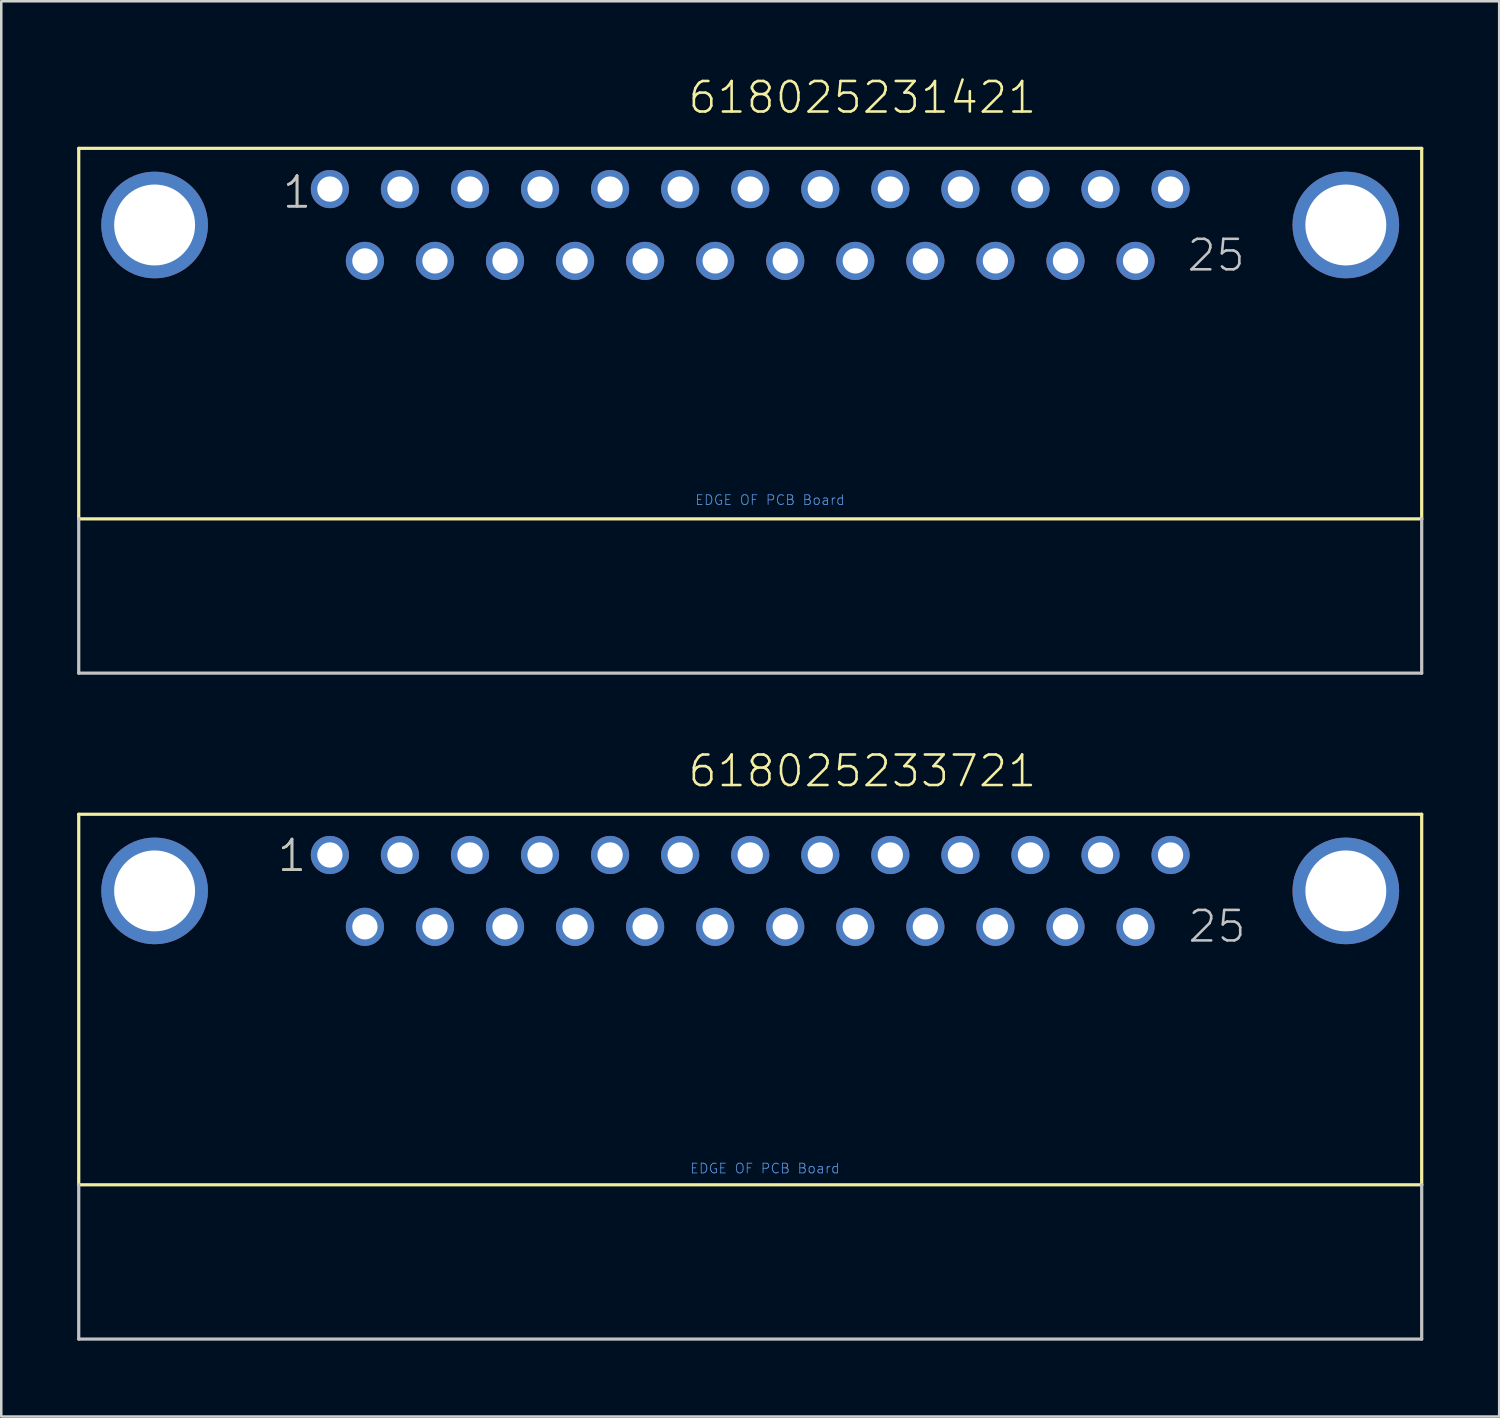
<source format=kicad_pcb>
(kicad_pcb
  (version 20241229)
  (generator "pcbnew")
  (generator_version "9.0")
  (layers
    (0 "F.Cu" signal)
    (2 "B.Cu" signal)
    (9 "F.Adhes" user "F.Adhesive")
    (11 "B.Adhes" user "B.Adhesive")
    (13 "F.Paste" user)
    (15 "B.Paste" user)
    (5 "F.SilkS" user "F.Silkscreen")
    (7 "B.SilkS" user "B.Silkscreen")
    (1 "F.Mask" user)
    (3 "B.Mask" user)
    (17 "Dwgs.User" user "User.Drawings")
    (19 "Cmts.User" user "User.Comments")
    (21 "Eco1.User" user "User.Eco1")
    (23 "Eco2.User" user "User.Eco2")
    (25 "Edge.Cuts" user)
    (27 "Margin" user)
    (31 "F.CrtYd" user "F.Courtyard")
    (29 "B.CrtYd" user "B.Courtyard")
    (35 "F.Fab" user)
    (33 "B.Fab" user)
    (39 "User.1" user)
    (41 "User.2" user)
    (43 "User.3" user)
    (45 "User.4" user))
  (footprint "618025233721"
    (layer "F.Cu")
    (at 26.613 32.176)
    (property "Reference" "618025233721" (at -2.525 -4.035 0) (layer "F.SilkS") (effects (font (size 1.206 1.206) (thickness 0.102)) (justify left bottom)))
    (attr through_hole)
    (fp_line (start -26.55 -3.03) (end 26.55 -3.03) (stroke (width 0.127) (type solid)) (layer "F.SilkS"))
    (fp_line (start -26.55 11.62) (end -26.55 -3.03) (stroke (width 0.127) (type solid)) (layer "F.SilkS"))
    (fp_line (start 26.55 -3.03) (end 26.55 11.62) (stroke (width 0.127) (type solid)) (layer "F.SilkS"))
    (fp_line (start 26.55 11.62) (end -26.55 11.62) (stroke (width 0.127) (type solid)) (layer "F.SilkS"))
    (fp_line (start -26.55 17.72) (end -26.55 11.62) (stroke (width 0.127) (type solid)) (layer "Dwgs.User"))
    (fp_line (start 26.55 11.62) (end 26.55 17.72) (stroke (width 0.127) (type solid)) (layer "Dwgs.User"))
    (fp_line (start 26.55 17.72) (end -26.55 17.72) (stroke (width 0.127) (type solid)) (layer "Dwgs.User"))
    (fp_text user "1" (at -18.76 -0.69 0) (layer "F.SilkS") (effects (font (size 1.206 1.206) (thickness 0.102)) (justify left bottom)))
    (fp_text user "1" (at -18.76 -0.69 0) (layer "Dwgs.User") (effects (font (size 1.206 1.206) (thickness 0.102)) (justify left bottom)))
    (fp_text user "25" (at 17.24 2.11 0) (layer "Dwgs.User") (effects (font (size 1.206 1.206) (thickness 0.102)) (justify left bottom)))
    (fp_text user "EDGE OF PCB Board" (at -2.4 11.2 0) (layer "Cmts.User") (effects (font (size 0.386 0.386) (thickness 0.033)) (justify left bottom)))
    (pad "1" thru_hole circle (at -16.62 -1.42) (size 1.508 1.508) (drill 1) (layers "*.Cu" "*.Mask"))
    (pad "2" thru_hole circle (at -13.85 -1.42) (size 1.508 1.508) (drill 1) (layers "*.Cu" "*.Mask"))
    (pad "3" thru_hole circle (at -11.08 -1.42) (size 1.508 1.508) (drill 1) (layers "*.Cu" "*.Mask"))
    (pad "4" thru_hole circle (at -8.31 -1.42) (size 1.508 1.508) (drill 1) (layers "*.Cu" "*.Mask"))
    (pad "5" thru_hole circle (at -5.54 -1.42) (size 1.508 1.508) (drill 1) (layers "*.Cu" "*.Mask"))
    (pad "6" thru_hole circle (at -2.77 -1.42) (size 1.508 1.508) (drill 1) (layers "*.Cu" "*.Mask"))
    (pad "7" thru_hole circle (at 0 -1.42) (size 1.508 1.508) (drill 1) (layers "*.Cu" "*.Mask"))
    (pad "8" thru_hole circle (at 2.77 -1.42) (size 1.508 1.508) (drill 1) (layers "*.Cu" "*.Mask"))
    (pad "9" thru_hole circle (at 5.54 -1.42) (size 1.508 1.508) (drill 1) (layers "*.Cu" "*.Mask"))
    (pad "10" thru_hole circle (at 8.31 -1.42) (size 1.508 1.508) (drill 1) (layers "*.Cu" "*.Mask"))
    (pad "11" thru_hole circle (at 11.08 -1.42) (size 1.508 1.508) (drill 1) (layers "*.Cu" "*.Mask"))
    (pad "12" thru_hole circle (at 13.85 -1.42) (size 1.508 1.508) (drill 1) (layers "*.Cu" "*.Mask"))
    (pad "13" thru_hole circle (at 16.62 -1.42) (size 1.508 1.508) (drill 1) (layers "*.Cu" "*.Mask"))
    (pad "14" thru_hole circle (at -15.235 1.42) (size 1.508 1.508) (drill 1) (layers "*.Cu" "*.Mask"))
    (pad "15" thru_hole circle (at -12.465 1.42) (size 1.508 1.508) (drill 1) (layers "*.Cu" "*.Mask"))
    (pad "16" thru_hole circle (at -9.695 1.42) (size 1.508 1.508) (drill 1) (layers "*.Cu" "*.Mask"))
    (pad "17" thru_hole circle (at -6.925 1.42) (size 1.508 1.508) (drill 1) (layers "*.Cu" "*.Mask"))
    (pad "18" thru_hole circle (at -4.155 1.42) (size 1.508 1.508) (drill 1) (layers "*.Cu" "*.Mask"))
    (pad "19" thru_hole circle (at -1.385 1.42) (size 1.508 1.508) (drill 1) (layers "*.Cu" "*.Mask"))
    (pad "20" thru_hole circle (at 1.385 1.42) (size 1.508 1.508) (drill 1) (layers "*.Cu" "*.Mask"))
    (pad "21" thru_hole circle (at 4.155 1.42) (size 1.508 1.508) (drill 1) (layers "*.Cu" "*.Mask"))
    (pad "22" thru_hole circle (at 6.925 1.42) (size 1.508 1.508) (drill 1) (layers "*.Cu" "*.Mask"))
    (pad "23" thru_hole circle (at 9.695 1.42) (size 1.508 1.508) (drill 1) (layers "*.Cu" "*.Mask"))
    (pad "24" thru_hole circle (at 12.465 1.42) (size 1.508 1.508) (drill 1) (layers "*.Cu" "*.Mask"))
    (pad "25" thru_hole circle (at 15.235 1.42) (size 1.508 1.508) (drill 1) (layers "*.Cu" "*.Mask"))
    (pad "SHEL" thru_hole circle (at -23.55 0) (size 4.216 4.216) (drill 3.2) (layers "*.Cu" "*.Mask"))
    (pad "SHEL" thru_hole circle (at 23.55 0) (size 4.216 4.216) (drill 3.2) (layers "*.Cu" "*.Mask")))
  (footprint "618025231421"
    (layer "F.Cu")
    (at 26.613 5.846)
    (property "Reference" "618025231421" (at -2.525 -4.335 0) (layer "F.SilkS") (effects (font (size 1.206 1.206) (thickness 0.102)) (justify left bottom)))
    (attr through_hole)
    (fp_line (start -26.55 -3.03) (end 26.55 -3.03) (stroke (width 0.127) (type solid)) (layer "F.SilkS"))
    (fp_line (start -26.55 11.62) (end -26.55 -3.03) (stroke (width 0.127) (type solid)) (layer "F.SilkS"))
    (fp_line (start 26.55 -3.03) (end 26.55 11.62) (stroke (width 0.127) (type solid)) (layer "F.SilkS"))
    (fp_line (start 26.55 11.62) (end -26.55 11.62) (stroke (width 0.127) (type solid)) (layer "F.SilkS"))
    (fp_line (start -26.55 17.72) (end -26.55 11.62) (stroke (width 0.127) (type solid)) (layer "Dwgs.User"))
    (fp_line (start 26.55 11.62) (end 26.55 17.72) (stroke (width 0.127) (type solid)) (layer "Dwgs.User"))
    (fp_line (start 26.55 17.72) (end -26.55 17.72) (stroke (width 0.127) (type solid)) (layer "Dwgs.User"))
    (fp_text user "1" (at -18.56 -0.59 0) (layer "F.SilkS") (effects (font (size 1.206 1.206) (thickness 0.102)) (justify left bottom)))
    (fp_text user "1" (at -18.56 -0.59 0) (layer "Dwgs.User") (effects (font (size 1.206 1.206) (thickness 0.102)) (justify left bottom)))
    (fp_text user "25" (at 17.205 1.905 0) (layer "Dwgs.User") (effects (font (size 1.206 1.206) (thickness 0.102)) (justify left bottom)))
    (fp_text user "EDGE OF PCB Board" (at -2.2 11.1 0) (layer "Cmts.User") (effects (font (size 0.386 0.386) (thickness 0.033)) (justify left bottom)))
    (pad "1" thru_hole circle (at -16.62 -1.42) (size 1.508 1.508) (drill 1) (layers "*.Cu" "*.Mask"))
    (pad "2" thru_hole circle (at -13.85 -1.42) (size 1.508 1.508) (drill 1) (layers "*.Cu" "*.Mask"))
    (pad "3" thru_hole circle (at -11.08 -1.42) (size 1.508 1.508) (drill 1) (layers "*.Cu" "*.Mask"))
    (pad "4" thru_hole circle (at -8.31 -1.42) (size 1.508 1.508) (drill 1) (layers "*.Cu" "*.Mask"))
    (pad "5" thru_hole circle (at -5.54 -1.42) (size 1.508 1.508) (drill 1) (layers "*.Cu" "*.Mask"))
    (pad "6" thru_hole circle (at -2.77 -1.42) (size 1.508 1.508) (drill 1) (layers "*.Cu" "*.Mask"))
    (pad "7" thru_hole circle (at 0 -1.42) (size 1.508 1.508) (drill 1) (layers "*.Cu" "*.Mask"))
    (pad "8" thru_hole circle (at 2.77 -1.42) (size 1.508 1.508) (drill 1) (layers "*.Cu" "*.Mask"))
    (pad "9" thru_hole circle (at 5.54 -1.42) (size 1.508 1.508) (drill 1) (layers "*.Cu" "*.Mask"))
    (pad "10" thru_hole circle (at 8.31 -1.42) (size 1.508 1.508) (drill 1) (layers "*.Cu" "*.Mask"))
    (pad "11" thru_hole circle (at 11.08 -1.42) (size 1.508 1.508) (drill 1) (layers "*.Cu" "*.Mask"))
    (pad "12" thru_hole circle (at 13.85 -1.42) (size 1.508 1.508) (drill 1) (layers "*.Cu" "*.Mask"))
    (pad "13" thru_hole circle (at 16.62 -1.42) (size 1.508 1.508) (drill 1) (layers "*.Cu" "*.Mask"))
    (pad "14" thru_hole circle (at -15.235 1.42) (size 1.508 1.508) (drill 1) (layers "*.Cu" "*.Mask"))
    (pad "15" thru_hole circle (at -12.465 1.42) (size 1.508 1.508) (drill 1) (layers "*.Cu" "*.Mask"))
    (pad "16" thru_hole circle (at -9.695 1.42) (size 1.508 1.508) (drill 1) (layers "*.Cu" "*.Mask"))
    (pad "17" thru_hole circle (at -6.925 1.42) (size 1.508 1.508) (drill 1) (layers "*.Cu" "*.Mask"))
    (pad "18" thru_hole circle (at -4.155 1.42) (size 1.508 1.508) (drill 1) (layers "*.Cu" "*.Mask"))
    (pad "19" thru_hole circle (at -1.385 1.42) (size 1.508 1.508) (drill 1) (layers "*.Cu" "*.Mask"))
    (pad "20" thru_hole circle (at 1.385 1.42) (size 1.508 1.508) (drill 1) (layers "*.Cu" "*.Mask"))
    (pad "21" thru_hole circle (at 4.155 1.42) (size 1.508 1.508) (drill 1) (layers "*.Cu" "*.Mask"))
    (pad "22" thru_hole circle (at 6.925 1.42) (size 1.508 1.508) (drill 1) (layers "*.Cu" "*.Mask"))
    (pad "23" thru_hole circle (at 9.695 1.42) (size 1.508 1.508) (drill 1) (layers "*.Cu" "*.Mask"))
    (pad "24" thru_hole circle (at 12.465 1.42) (size 1.508 1.508) (drill 1) (layers "*.Cu" "*.Mask"))
    (pad "25" thru_hole circle (at 15.235 1.42) (size 1.508 1.508) (drill 1) (layers "*.Cu" "*.Mask"))
    (pad "SHEL" thru_hole circle (at -23.55 0) (size 4.216 4.216) (drill 3.2) (layers "*.Cu" "*.Mask"))
    (pad "SHEL" thru_hole circle (at 23.55 0) (size 4.216 4.216) (drill 3.2) (layers "*.Cu" "*.Mask")))
  (gr_rect
    (start -3 -3)
    (end 56.227 52.96)
    (stroke (width 0.1) (type default))
    (fill no)
    (layer "Edge.Cuts")))
</source>
